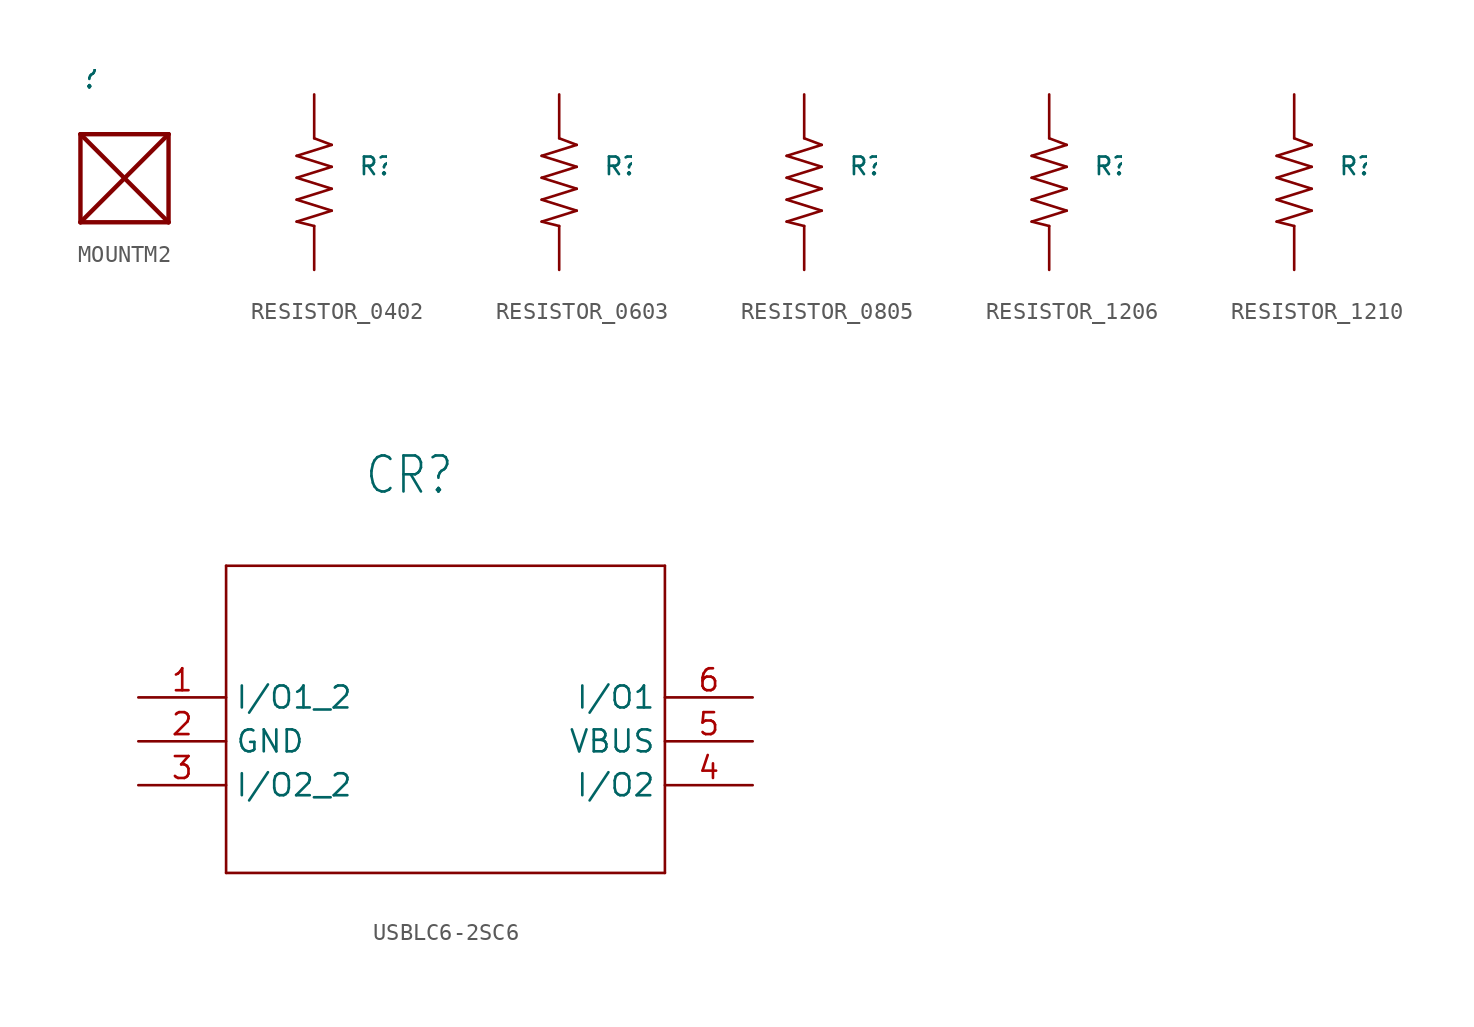
<source format=kicad_sym>
(kicad_symbol_lib
  (version 20220914)
  (generator kicad_symbol_editor)
  (symbol "MOUNTM2"
    (property "Reference" ""
      (at -2.54 5.08 0)
      (effects (font (size 1.27 1.079)) (justify left bottom)))
    (property "ki_locked" ""
      (at 0 0 0)
      (effects (font (size 1.27 1.27))))
    (symbol "MOUNTM2_1_0"
      (polyline (pts (xy -2.54 -2.54) (xy -2.54 2.54)) (stroke (width 0.254) (type solid)) (fill (type none)))
      (polyline (pts (xy -2.54 2.54) (xy 2.54 -2.54)) (stroke (width 0.254) (type solid)) (fill (type none)))
      (polyline (pts (xy -2.54 2.54) (xy 2.54 2.54)) (stroke (width 0.254) (type solid)) (fill (type none)))
      (polyline (pts (xy 2.54 -2.54) (xy -2.54 -2.54)) (stroke (width 0.254) (type solid)) (fill (type none)))
      (polyline (pts (xy 2.54 -2.54) (xy 2.54 2.54)) (stroke (width 0.254) (type solid)) (fill (type none)))
      (polyline (pts (xy 2.54 2.54) (xy -2.54 -2.54)) (stroke (width 0.254) (type solid)) (fill (type none)))))
  (symbol "RESISTOR_0402"
    (property "Reference" "R"
      (at 2.54 1.524 0)
      (effects (font (size 1.016 1.016)) (justify left top)))
    (property "Value" ""
      (at 2.54 -1.524 0)
      (effects (font (size 1.016 1.016)) (justify left bottom)))
    (property "ki_locked" ""
      (at 0 0 0)
      (effects (font (size 1.27 1.27))))
    (symbol "RESISTOR_0402_1_0"
      (polyline (pts (xy -1.016 -2.286) (xy 0 -2.54)) (stroke (width 0.152) (type solid)) (fill (type none)))
      (polyline (pts (xy -1.016 -1.016) (xy 1.016 -1.651)) (stroke (width 0.152) (type solid)) (fill (type none)))
      (polyline (pts (xy -1.016 0.254) (xy 1.016 -0.381)) (stroke (width 0.152) (type solid)) (fill (type none)))
      (polyline (pts (xy -1.016 1.524) (xy 1.016 0.889)) (stroke (width 0.152) (type solid)) (fill (type none)))
      (polyline (pts (xy 0 2.54) (xy 1.016 2.159)) (stroke (width 0.152) (type solid)) (fill (type none)))
      (polyline (pts (xy 1.016 -1.651) (xy -1.016 -2.286)) (stroke (width 0.152) (type solid)) (fill (type none)))
      (polyline (pts (xy 1.016 -0.381) (xy -1.016 -1.016)) (stroke (width 0.152) (type solid)) (fill (type none)))
      (polyline (pts (xy 1.016 0.889) (xy -1.016 0.254)) (stroke (width 0.152) (type solid)) (fill (type none)))
      (polyline (pts (xy 1.016 2.159) (xy -1.016 1.524)) (stroke (width 0.152) (type solid)) (fill (type none)))
      (pin passive line (at 0 5.08 270) (length 2.54) (name "P$1" (effects (font (size 0 0)))) (number "P$1" (effects (font (size 0 0)))))
      (pin passive line (at 0 -5.08 90) (length 2.54) (name "P$2" (effects (font (size 0 0)))) (number "P$2" (effects (font (size 0 0)))))))
  (symbol "RESISTOR_0603"
    (property "Reference" "R"
      (at 2.54 1.524 0)
      (effects (font (size 1.016 1.016)) (justify left top)))
    (property "Value" ""
      (at 2.54 -1.524 0)
      (effects (font (size 1.016 1.016)) (justify left bottom)))
    (property "ki_locked" ""
      (at 0 0 0)
      (effects (font (size 1.27 1.27))))
    (symbol "RESISTOR_0603_1_0"
      (polyline (pts (xy -1.016 -2.286) (xy 0 -2.54)) (stroke (width 0.152) (type solid)) (fill (type none)))
      (polyline (pts (xy -1.016 -1.016) (xy 1.016 -1.651)) (stroke (width 0.152) (type solid)) (fill (type none)))
      (polyline (pts (xy -1.016 0.254) (xy 1.016 -0.381)) (stroke (width 0.152) (type solid)) (fill (type none)))
      (polyline (pts (xy -1.016 1.524) (xy 1.016 0.889)) (stroke (width 0.152) (type solid)) (fill (type none)))
      (polyline (pts (xy 0 2.54) (xy 1.016 2.159)) (stroke (width 0.152) (type solid)) (fill (type none)))
      (polyline (pts (xy 1.016 -1.651) (xy -1.016 -2.286)) (stroke (width 0.152) (type solid)) (fill (type none)))
      (polyline (pts (xy 1.016 -0.381) (xy -1.016 -1.016)) (stroke (width 0.152) (type solid)) (fill (type none)))
      (polyline (pts (xy 1.016 0.889) (xy -1.016 0.254)) (stroke (width 0.152) (type solid)) (fill (type none)))
      (polyline (pts (xy 1.016 2.159) (xy -1.016 1.524)) (stroke (width 0.152) (type solid)) (fill (type none)))
      (pin passive line (at 0 5.08 270) (length 2.54) (name "P$1" (effects (font (size 0 0)))) (number "P$1" (effects (font (size 0 0)))))
      (pin passive line (at 0 -5.08 90) (length 2.54) (name "P$2" (effects (font (size 0 0)))) (number "P$2" (effects (font (size 0 0)))))))
  (symbol "RESISTOR_0805"
    (property "Reference" "R"
      (at 2.54 1.524 0)
      (effects (font (size 1.016 1.016)) (justify left top)))
    (property "Value" ""
      (at 2.54 -1.524 0)
      (effects (font (size 1.016 1.016)) (justify left bottom)))
    (property "ki_locked" ""
      (at 0 0 0)
      (effects (font (size 1.27 1.27))))
    (symbol "RESISTOR_0805_1_0"
      (polyline (pts (xy -1.016 -2.286) (xy 0 -2.54)) (stroke (width 0.152) (type solid)) (fill (type none)))
      (polyline (pts (xy -1.016 -1.016) (xy 1.016 -1.651)) (stroke (width 0.152) (type solid)) (fill (type none)))
      (polyline (pts (xy -1.016 0.254) (xy 1.016 -0.381)) (stroke (width 0.152) (type solid)) (fill (type none)))
      (polyline (pts (xy -1.016 1.524) (xy 1.016 0.889)) (stroke (width 0.152) (type solid)) (fill (type none)))
      (polyline (pts (xy 0 2.54) (xy 1.016 2.159)) (stroke (width 0.152) (type solid)) (fill (type none)))
      (polyline (pts (xy 1.016 -1.651) (xy -1.016 -2.286)) (stroke (width 0.152) (type solid)) (fill (type none)))
      (polyline (pts (xy 1.016 -0.381) (xy -1.016 -1.016)) (stroke (width 0.152) (type solid)) (fill (type none)))
      (polyline (pts (xy 1.016 0.889) (xy -1.016 0.254)) (stroke (width 0.152) (type solid)) (fill (type none)))
      (polyline (pts (xy 1.016 2.159) (xy -1.016 1.524)) (stroke (width 0.152) (type solid)) (fill (type none)))
      (pin passive line (at 0 5.08 270) (length 2.54) (name "P$1" (effects (font (size 0 0)))) (number "P$1" (effects (font (size 0 0)))))
      (pin passive line (at 0 -5.08 90) (length 2.54) (name "P$2" (effects (font (size 0 0)))) (number "P$2" (effects (font (size 0 0)))))))
  (symbol "RESISTOR_1206"
    (property "Reference" "R"
      (at 2.54 1.524 0)
      (effects (font (size 1.016 1.016)) (justify left top)))
    (property "Value" ""
      (at 2.54 -1.524 0)
      (effects (font (size 1.016 1.016)) (justify left bottom)))
    (property "ki_locked" ""
      (at 0 0 0)
      (effects (font (size 1.27 1.27))))
    (symbol "RESISTOR_1206_1_0"
      (polyline (pts (xy -1.016 -2.286) (xy 0 -2.54)) (stroke (width 0.152) (type solid)) (fill (type none)))
      (polyline (pts (xy -1.016 -1.016) (xy 1.016 -1.651)) (stroke (width 0.152) (type solid)) (fill (type none)))
      (polyline (pts (xy -1.016 0.254) (xy 1.016 -0.381)) (stroke (width 0.152) (type solid)) (fill (type none)))
      (polyline (pts (xy -1.016 1.524) (xy 1.016 0.889)) (stroke (width 0.152) (type solid)) (fill (type none)))
      (polyline (pts (xy 0 2.54) (xy 1.016 2.159)) (stroke (width 0.152) (type solid)) (fill (type none)))
      (polyline (pts (xy 1.016 -1.651) (xy -1.016 -2.286)) (stroke (width 0.152) (type solid)) (fill (type none)))
      (polyline (pts (xy 1.016 -0.381) (xy -1.016 -1.016)) (stroke (width 0.152) (type solid)) (fill (type none)))
      (polyline (pts (xy 1.016 0.889) (xy -1.016 0.254)) (stroke (width 0.152) (type solid)) (fill (type none)))
      (polyline (pts (xy 1.016 2.159) (xy -1.016 1.524)) (stroke (width 0.152) (type solid)) (fill (type none)))
      (pin passive line (at 0 5.08 270) (length 2.54) (name "P$1" (effects (font (size 0 0)))) (number "P$1" (effects (font (size 0 0)))))
      (pin passive line (at 0 -5.08 90) (length 2.54) (name "P$2" (effects (font (size 0 0)))) (number "P$2" (effects (font (size 0 0)))))))
  (symbol "RESISTOR_1210"
    (property "Reference" "R"
      (at 2.54 1.524 0)
      (effects (font (size 1.016 1.016)) (justify left top)))
    (property "Value" ""
      (at 2.54 -1.524 0)
      (effects (font (size 1.016 1.016)) (justify left bottom)))
    (property "ki_locked" ""
      (at 0 0 0)
      (effects (font (size 1.27 1.27))))
    (symbol "RESISTOR_1210_1_0"
      (polyline (pts (xy -1.016 -2.286) (xy 0 -2.54)) (stroke (width 0.152) (type solid)) (fill (type none)))
      (polyline (pts (xy -1.016 -1.016) (xy 1.016 -1.651)) (stroke (width 0.152) (type solid)) (fill (type none)))
      (polyline (pts (xy -1.016 0.254) (xy 1.016 -0.381)) (stroke (width 0.152) (type solid)) (fill (type none)))
      (polyline (pts (xy -1.016 1.524) (xy 1.016 0.889)) (stroke (width 0.152) (type solid)) (fill (type none)))
      (polyline (pts (xy 0 2.54) (xy 1.016 2.159)) (stroke (width 0.152) (type solid)) (fill (type none)))
      (polyline (pts (xy 1.016 -1.651) (xy -1.016 -2.286)) (stroke (width 0.152) (type solid)) (fill (type none)))
      (polyline (pts (xy 1.016 -0.381) (xy -1.016 -1.016)) (stroke (width 0.152) (type solid)) (fill (type none)))
      (polyline (pts (xy 1.016 0.889) (xy -1.016 0.254)) (stroke (width 0.152) (type solid)) (fill (type none)))
      (polyline (pts (xy 1.016 2.159) (xy -1.016 1.524)) (stroke (width 0.152) (type solid)) (fill (type none)))
      (pin passive line (at 0 5.08 270) (length 2.54) (name "P$1" (effects (font (size 0 0)))) (number "P$1" (effects (font (size 0 0)))))
      (pin passive line (at 0 -5.08 90) (length 2.54) (name "P$2" (effects (font (size 0 0)))) (number "P$2" (effects (font (size 0 0)))))))
  (symbol "USBLC6-2SC6"
    (property "Reference" "CR"
      (at 15.596 11.659 0)
      (effects (font (size 2.083 1.77)) (justify left bottom)))
    (property "Value" ""
      (at 14.961 9.119 0)
      (effects (font (size 2.083 1.77)) (justify left bottom)))
    (property "ki_locked" ""
      (at 0 0 0)
      (effects (font (size 1.27 1.27))))
    (symbol "USBLC6-2SC6_1_0"
      (polyline (pts (xy 7.62 -10.16) (xy 33.02 -10.16)) (stroke (width 0.152) (type solid)) (fill (type none)))
      (polyline (pts (xy 7.62 7.62) (xy 7.62 -10.16)) (stroke (width 0.152) (type solid)) (fill (type none)))
      (polyline (pts (xy 33.02 -10.16) (xy 33.02 7.62)) (stroke (width 0.152) (type solid)) (fill (type none)))
      (polyline (pts (xy 33.02 7.62) (xy 7.62 7.62)) (stroke (width 0.152) (type solid)) (fill (type none)))
      (pin bidirectional line (at 2.54 0 0) (length 5.08) (name "I/O1_2" (effects (font (size 1.27 1.27)))) (number "1" (effects (font (size 1.27 1.27)))))
      (pin power_in line (at 2.54 -2.54 0) (length 5.08) (name "GND" (effects (font (size 1.27 1.27)))) (number "2" (effects (font (size 1.27 1.27)))))
      (pin bidirectional line (at 2.54 -5.08 0) (length 5.08) (name "I/O2_2" (effects (font (size 1.27 1.27)))) (number "3" (effects (font (size 1.27 1.27)))))
      (pin bidirectional line (at 38.1 -5.08 180) (length 5.08) (name "I/O2" (effects (font (size 1.27 1.27)))) (number "4" (effects (font (size 1.27 1.27)))))
      (pin power_in line (at 38.1 -2.54 180) (length 5.08) (name "VBUS" (effects (font (size 1.27 1.27)))) (number "5" (effects (font (size 1.27 1.27)))))
      (pin bidirectional line (at 38.1 0 180) (length 5.08) (name "I/O1" (effects (font (size 1.27 1.27)))) (number "6" (effects (font (size 1.27 1.27))))))))
</source>
